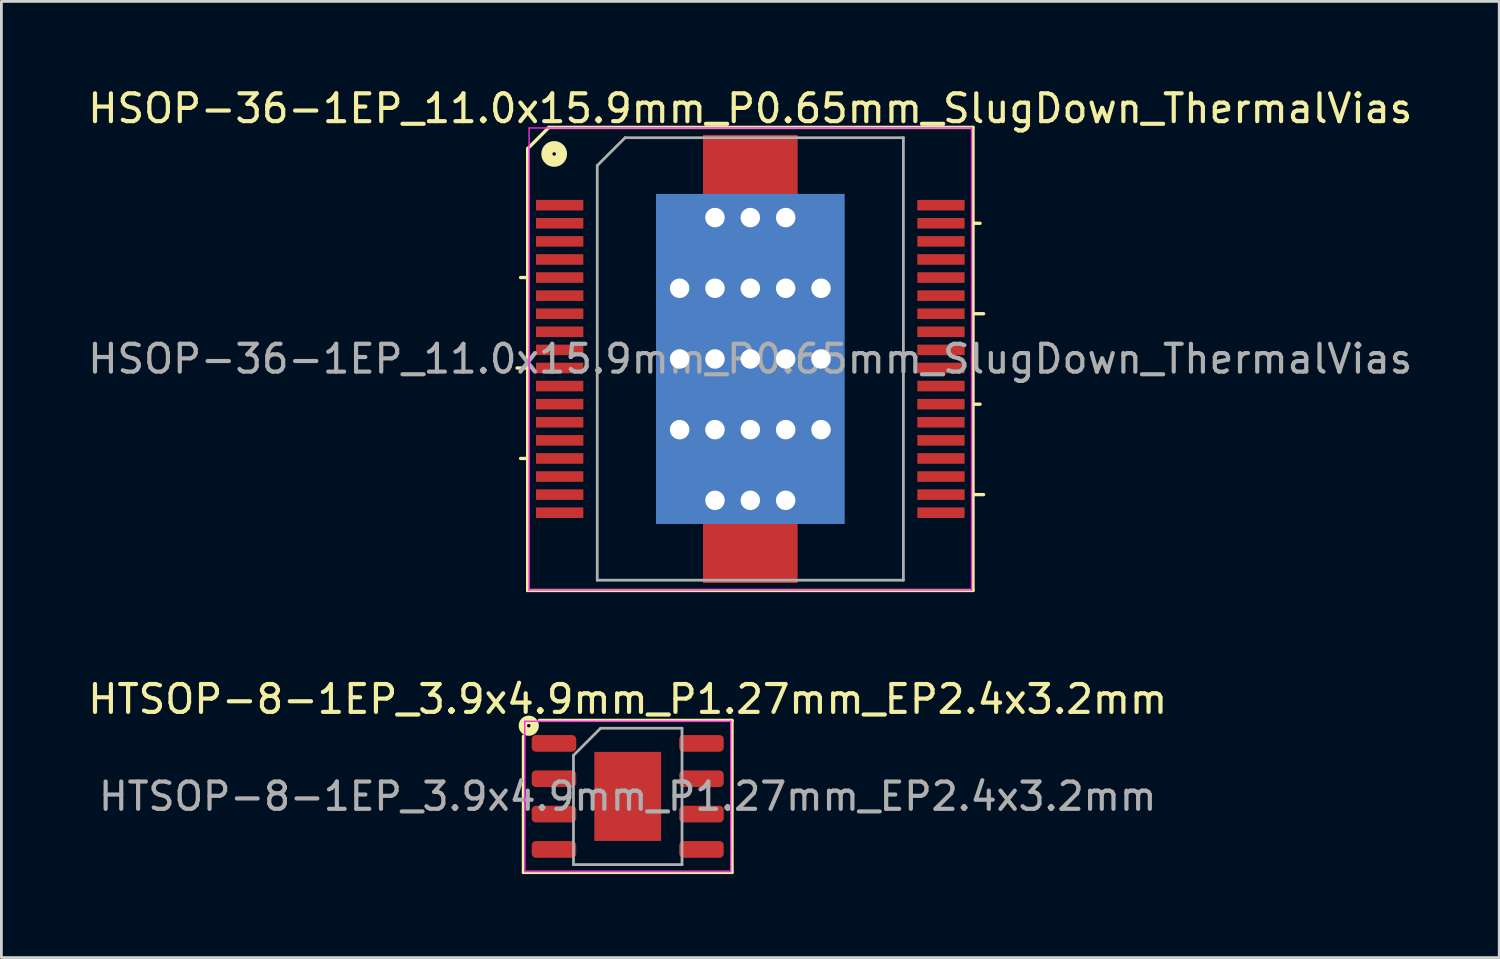
<source format=kicad_pcb>
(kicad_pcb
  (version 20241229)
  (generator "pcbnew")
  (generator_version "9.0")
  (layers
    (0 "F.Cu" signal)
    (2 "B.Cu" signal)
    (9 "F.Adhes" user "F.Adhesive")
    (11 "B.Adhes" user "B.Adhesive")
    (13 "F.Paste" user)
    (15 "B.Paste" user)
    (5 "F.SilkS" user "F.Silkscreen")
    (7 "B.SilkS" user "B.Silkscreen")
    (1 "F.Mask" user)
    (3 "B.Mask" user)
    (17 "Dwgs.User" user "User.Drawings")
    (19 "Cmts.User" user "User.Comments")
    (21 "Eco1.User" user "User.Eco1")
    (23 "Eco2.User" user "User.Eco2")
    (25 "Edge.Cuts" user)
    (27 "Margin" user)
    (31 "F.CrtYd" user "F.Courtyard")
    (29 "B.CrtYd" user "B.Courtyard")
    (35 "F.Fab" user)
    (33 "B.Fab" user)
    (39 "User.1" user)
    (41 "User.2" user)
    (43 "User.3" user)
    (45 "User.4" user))
  (footprint "HSOP-36-1EP_11.0x15.9mm_P0.65mm_SlugDown_ThermalVias"
    (layer "F.Cu")
    (at 23.911 9.848)
    (property "Reference" "HSOP-36-1EP_11.0x15.9mm_P0.65mm_SlugDown_ThermalVias" (at 0 -9 0) (layer "F.SilkS") (effects (font (size 1 1) (thickness 0.15))))
    (attr smd)
    (fp_line (start -8.001 -7.556) (end -8.001 8.319) (stroke (width 0.12) (type solid)) (layer "F.SilkS"))
    (fp_line (start -8.001 -7.556) (end -7.239 -8.319) (stroke (width 0.12) (type solid)) (layer "F.SilkS"))
    (fp_line (start -8.001 -2.925) (end -8.255 -2.925) (stroke (width 0.12) (type solid)) (layer "F.SilkS"))
    (fp_line (start -8.001 0.325) (end -8.382 0.325) (stroke (width 0.12) (type solid)) (layer "F.SilkS"))
    (fp_line (start -8.001 3.575) (end -8.255 3.575) (stroke (width 0.12) (type solid)) (layer "F.SilkS"))
    (fp_line (start -8.001 8.319) (end 8.001 8.319) (stroke (width 0.12) (type solid)) (layer "F.SilkS"))
    (fp_line (start 8.001 -8.319) (end -7.239 -8.319) (stroke (width 0.12) (type solid)) (layer "F.SilkS"))
    (fp_line (start 8.001 -4.875) (end 8.255 -4.875) (stroke (width 0.12) (type solid)) (layer "F.SilkS"))
    (fp_line (start 8.001 -1.625) (end 8.382 -1.625) (stroke (width 0.12) (type solid)) (layer "F.SilkS"))
    (fp_line (start 8.001 1.625) (end 8.255 1.625) (stroke (width 0.12) (type solid)) (layer "F.SilkS"))
    (fp_line (start 8.001 4.875) (end 8.382 4.875) (stroke (width 0.12) (type solid)) (layer "F.SilkS"))
    (fp_line (start 8.001 8.319) (end 8.001 -8.319) (stroke (width 0.12) (type solid)) (layer "F.SilkS"))
    (fp_circle (center -7.048 -7.366) (end -6.985 -7.366) (stroke (width 0.4) (type solid)) (fill no) (layer "F.SilkS"))
    (fp_line (start -7.95 -8.3) (end -7.95 8.3) (stroke (width 0.05) (type solid)) (layer "F.CrtYd"))
    (fp_line (start -7.95 -8.3) (end 7.95 -8.3) (stroke (width 0.05) (type solid)) (layer "F.CrtYd"))
    (fp_line (start 7.95 8.3) (end -7.95 8.3) (stroke (width 0.05) (type solid)) (layer "F.CrtYd"))
    (fp_line (start 7.95 8.3) (end 7.95 -8.3) (stroke (width 0.05) (type solid)) (layer "F.CrtYd"))
    (fp_line (start -5.5 -6.95) (end -5.5 7.95) (stroke (width 0.1) (type solid)) (layer "F.Fab"))
    (fp_line (start -5.5 7.95) (end 5.5 7.95) (stroke (width 0.1) (type solid)) (layer "F.Fab"))
    (fp_line (start -4.5 -7.95) (end -5.5 -6.95) (stroke (width 0.1) (type solid)) (layer "F.Fab"))
    (fp_line (start 5.5 -7.95) (end -4.5 -7.95) (stroke (width 0.1) (type solid)) (layer "F.Fab"))
    (fp_line (start 5.5 7.95) (end 5.5 -7.95) (stroke (width 0.1) (type solid)) (layer "F.Fab"))
    (fp_text user "${REFERENCE}" (at 0 0 0) (layer "F.Fab") (effects (font (size 1 1) (thickness 0.15))))
    (pad "1" smd rect (at -6.85 -5.525) (size 1.7 0.38) (layers "F.Cu" "F.Mask" "F.Paste"))
    (pad "2" smd rect (at -6.85 -4.875) (size 1.7 0.38) (layers "F.Cu" "F.Mask" "F.Paste"))
    (pad "3" smd rect (at -6.85 -4.225) (size 1.7 0.38) (layers "F.Cu" "F.Mask" "F.Paste"))
    (pad "4" smd rect (at -6.85 -3.575) (size 1.7 0.38) (layers "F.Cu" "F.Mask" "F.Paste"))
    (pad "5" smd rect (at -6.85 -2.925) (size 1.7 0.38) (layers "F.Cu" "F.Mask" "F.Paste"))
    (pad "6" smd rect (at -6.85 -2.275) (size 1.7 0.38) (layers "F.Cu" "F.Mask" "F.Paste"))
    (pad "7" smd rect (at -6.85 -1.625) (size 1.7 0.38) (layers "F.Cu" "F.Mask" "F.Paste"))
    (pad "8" smd rect (at -6.85 -0.975) (size 1.7 0.38) (layers "F.Cu" "F.Mask" "F.Paste"))
    (pad "9" smd rect (at -6.85 -0.325) (size 1.7 0.38) (layers "F.Cu" "F.Mask" "F.Paste"))
    (pad "10" smd rect (at -6.85 0.325) (size 1.7 0.38) (layers "F.Cu" "F.Mask" "F.Paste"))
    (pad "11" smd rect (at -6.85 0.975) (size 1.7 0.38) (layers "F.Cu" "F.Mask" "F.Paste"))
    (pad "12" smd rect (at -6.85 1.625) (size 1.7 0.38) (layers "F.Cu" "F.Mask" "F.Paste"))
    (pad "13" smd rect (at -6.85 2.275) (size 1.7 0.38) (layers "F.Cu" "F.Mask" "F.Paste"))
    (pad "14" smd rect (at -6.85 2.925) (size 1.7 0.38) (layers "F.Cu" "F.Mask" "F.Paste"))
    (pad "15" smd rect (at -6.85 3.575) (size 1.7 0.38) (layers "F.Cu" "F.Mask" "F.Paste"))
    (pad "16" smd rect (at -6.85 4.225) (size 1.7 0.38) (layers "F.Cu" "F.Mask" "F.Paste"))
    (pad "17" smd rect (at -6.85 4.875) (size 1.7 0.38) (layers "F.Cu" "F.Mask" "F.Paste"))
    (pad "18" smd rect (at -6.85 5.525) (size 1.7 0.38) (layers "F.Cu" "F.Mask" "F.Paste"))
    (pad "19" smd rect (at 6.85 5.525) (size 1.7 0.38) (layers "F.Cu" "F.Mask" "F.Paste"))
    (pad "20" smd rect (at 6.85 4.875) (size 1.7 0.38) (layers "F.Cu" "F.Mask" "F.Paste"))
    (pad "21" smd rect (at 6.85 4.225) (size 1.7 0.38) (layers "F.Cu" "F.Mask" "F.Paste"))
    (pad "22" smd rect (at 6.85 3.575) (size 1.7 0.38) (layers "F.Cu" "F.Mask" "F.Paste"))
    (pad "23" smd rect (at 6.85 2.925) (size 1.7 0.38) (layers "F.Cu" "F.Mask" "F.Paste"))
    (pad "24" smd rect (at 6.85 2.275) (size 1.7 0.38) (layers "F.Cu" "F.Mask" "F.Paste"))
    (pad "25" smd rect (at 6.85 1.625) (size 1.7 0.38) (layers "F.Cu" "F.Mask" "F.Paste"))
    (pad "26" smd rect (at 6.85 0.975) (size 1.7 0.38) (layers "F.Cu" "F.Mask" "F.Paste"))
    (pad "27" smd rect (at 6.85 0.325) (size 1.7 0.38) (layers "F.Cu" "F.Mask" "F.Paste"))
    (pad "28" smd rect (at 6.85 -0.325) (size 1.7 0.38) (layers "F.Cu" "F.Mask" "F.Paste"))
    (pad "29" smd rect (at 6.85 -0.975) (size 1.7 0.38) (layers "F.Cu" "F.Mask" "F.Paste"))
    (pad "30" smd rect (at 6.85 -1.625) (size 1.7 0.38) (layers "F.Cu" "F.Mask" "F.Paste"))
    (pad "31" smd rect (at 6.85 -2.275) (size 1.7 0.38) (layers "F.Cu" "F.Mask" "F.Paste"))
    (pad "32" smd rect (at 6.85 -2.925) (size 1.7 0.38) (layers "F.Cu" "F.Mask" "F.Paste"))
    (pad "33" smd rect (at 6.85 -3.575) (size 1.7 0.38) (layers "F.Cu" "F.Mask" "F.Paste"))
    (pad "34" smd rect (at 6.85 -4.225) (size 1.7 0.38) (layers "F.Cu" "F.Mask" "F.Paste"))
    (pad "35" smd rect (at 6.85 -4.875) (size 1.7 0.38) (layers "F.Cu" "F.Mask" "F.Paste"))
    (pad "36" smd rect (at 6.85 -5.525) (size 1.7 0.38) (layers "F.Cu" "F.Mask" "F.Paste"))
    (pad "37" thru_hole circle (at -2.54 -2.54) (size 1 1) (drill 0.7) (layers "*.Cu"))
    (pad "37" thru_hole circle (at -2.54 0) (size 1 1) (drill 0.7) (layers "*.Cu"))
    (pad "37" thru_hole circle (at -2.54 2.54) (size 1 1) (drill 0.7) (layers "*.Cu"))
    (pad "37" thru_hole circle (at -1.27 -5.08) (size 1 1) (drill 0.7) (layers "*.Cu"))
    (pad "37" thru_hole circle (at -1.27 -2.54) (size 1 1) (drill 0.7) (layers "*.Cu"))
    (pad "37" thru_hole circle (at -1.27 0) (size 1 1) (drill 0.7) (layers "*.Cu"))
    (pad "37" thru_hole circle (at -1.27 2.54) (size 1 1) (drill 0.7) (layers "*.Cu"))
    (pad "37" thru_hole circle (at -1.27 5.08) (size 1 1) (drill 0.7) (layers "*.Cu"))
    (pad "37" smd rect (at 0 -6.843) (size 3.4 2.415) (layers "F.Cu" "F.Mask" "F.Paste"))
    (pad "37" thru_hole circle (at 0 -5.08) (size 1 1) (drill 0.7) (layers "*.Cu"))
    (pad "37" thru_hole circle (at 0 -2.54) (size 1 1) (drill 0.7) (layers "*.Cu"))
    (pad "37" thru_hole circle (at 0 0) (size 1 1) (drill 0.7) (layers "*.Cu"))
    (pad "37" smd rect (at 0 0) (size 6.4 11.27) (layers "F.Cu" "F.Mask" "F.Paste"))
    (pad "37" smd rect (at 0 0) (size 6.78 11.86) (layers "B.Cu" "B.Mask"))
    (pad "37" thru_hole circle (at 0 2.54) (size 1 1) (drill 0.7) (layers "*.Cu"))
    (pad "37" thru_hole circle (at 0 5.08) (size 1 1) (drill 0.7) (layers "*.Cu"))
    (pad "37" smd rect (at 0 6.843) (size 3.4 2.415) (layers "F.Cu" "F.Mask" "F.Paste"))
    (pad "37" thru_hole circle (at 1.27 -5.08) (size 1 1) (drill 0.7) (layers "*.Cu"))
    (pad "37" thru_hole circle (at 1.27 -2.54) (size 1 1) (drill 0.7) (layers "*.Cu"))
    (pad "37" thru_hole circle (at 1.27 0) (size 1 1) (drill 0.7) (layers "*.Cu"))
    (pad "37" thru_hole circle (at 1.27 2.54) (size 1 1) (drill 0.7) (layers "*.Cu"))
    (pad "37" thru_hole circle (at 1.27 5.08) (size 1 1) (drill 0.7) (layers "*.Cu"))
    (pad "37" thru_hole circle (at 2.54 -2.54) (size 1 1) (drill 0.7) (layers "*.Cu"))
    (pad "37" thru_hole circle (at 2.54 0) (size 1 1) (drill 0.7) (layers "*.Cu"))
    (pad "37" thru_hole circle (at 2.54 2.54) (size 1 1) (drill 0.7) (layers "*.Cu")))
  (footprint "HTSOP-8-1EP_3.9x4.9mm_P1.27mm_EP2.4x3.2mm"
    (layer "F.Cu")
    (at 19.506 25.567)
    (property "Reference" "HTSOP-8-1EP_3.9x4.9mm_P1.27mm_EP2.4x3.2mm" (at 0 -3.493 0) (layer "F.SilkS") (effects (font (size 1 1) (thickness 0.15))))
    (attr smd)
    (fp_line (start -3.747 2.731) (end -3.747 -2.159) (stroke (width 0.12) (type solid)) (layer "F.SilkS"))
    (fp_line (start -3.175 -2.731) (end 3.683 -2.731) (stroke (width 0.12) (type solid)) (layer "F.SilkS"))
    (fp_line (start 3.683 -2.731) (end 3.747 -2.731) (stroke (width 0.12) (type solid)) (layer "F.SilkS"))
    (fp_line (start 3.747 -2.731) (end 3.747 2.731) (stroke (width 0.12) (type solid)) (layer "F.SilkS"))
    (fp_line (start 3.747 2.731) (end -3.747 2.731) (stroke (width 0.12) (type solid)) (layer "F.SilkS"))
    (fp_circle (center -3.556 -2.54) (end -3.493 -2.54) (stroke (width 0.3) (type solid)) (fill no) (layer "F.SilkS"))
    (fp_line (start -3.7 -2.7) (end -3.7 2.7) (stroke (width 0.05) (type solid)) (layer "F.CrtYd"))
    (fp_line (start -3.7 2.7) (end 3.7 2.7) (stroke (width 0.05) (type solid)) (layer "F.CrtYd"))
    (fp_line (start 3.7 -2.7) (end -3.7 -2.7) (stroke (width 0.05) (type solid)) (layer "F.CrtYd"))
    (fp_line (start 3.7 2.7) (end 3.7 -2.7) (stroke (width 0.05) (type solid)) (layer "F.CrtYd"))
    (fp_line (start -1.95 -1.475) (end -0.975 -2.45) (stroke (width 0.1) (type solid)) (layer "F.Fab"))
    (fp_line (start -1.95 2.45) (end -1.95 -1.475) (stroke (width 0.1) (type solid)) (layer "F.Fab"))
    (fp_line (start -0.975 -2.45) (end 1.95 -2.45) (stroke (width 0.1) (type solid)) (layer "F.Fab"))
    (fp_line (start 1.95 -2.45) (end 1.95 2.45) (stroke (width 0.1) (type solid)) (layer "F.Fab"))
    (fp_line (start 1.95 2.45) (end -1.95 2.45) (stroke (width 0.1) (type solid)) (layer "F.Fab"))
    (fp_text user "${REFERENCE}" (at 0 0 0) (layer "F.Fab") (effects (font (size 0.98 0.98) (thickness 0.15))))
    (pad "" smd roundrect (at -0.6 -0.8) (size 0.97 1.29) (layers "F.Paste") (roundrect_rratio 0.25))
    (pad "" smd roundrect (at -0.6 0.8) (size 0.97 1.29) (layers "F.Paste") (roundrect_rratio 0.25))
    (pad "" smd roundrect (at 0.6 -0.8) (size 0.97 1.29) (layers "F.Paste") (roundrect_rratio 0.25))
    (pad "" smd roundrect (at 0.6 0.8) (size 0.97 1.29) (layers "F.Paste") (roundrect_rratio 0.25))
    (pad "1" smd roundrect (at -2.65 -1.905) (size 1.6 0.6) (layers "F.Cu" "F.Mask" "F.Paste") (roundrect_rratio 0.25))
    (pad "2" smd roundrect (at -2.65 -0.635) (size 1.6 0.6) (layers "F.Cu" "F.Mask" "F.Paste") (roundrect_rratio 0.25))
    (pad "3" smd roundrect (at -2.65 0.635) (size 1.6 0.6) (layers "F.Cu" "F.Mask" "F.Paste") (roundrect_rratio 0.25))
    (pad "4" smd roundrect (at -2.65 1.905) (size 1.6 0.6) (layers "F.Cu" "F.Mask" "F.Paste") (roundrect_rratio 0.25))
    (pad "5" smd roundrect (at 2.65 1.905) (size 1.6 0.6) (layers "F.Cu" "F.Mask" "F.Paste") (roundrect_rratio 0.25))
    (pad "6" smd roundrect (at 2.65 0.635) (size 1.6 0.6) (layers "F.Cu" "F.Mask" "F.Paste") (roundrect_rratio 0.25))
    (pad "7" smd roundrect (at 2.65 -0.635) (size 1.6 0.6) (layers "F.Cu" "F.Mask" "F.Paste") (roundrect_rratio 0.25))
    (pad "8" smd roundrect (at 2.65 -1.905) (size 1.6 0.6) (layers "F.Cu" "F.Mask" "F.Paste") (roundrect_rratio 0.25))
    (pad "9" smd rect (at 0 0) (size 2.4 3.2) (layers "F.Cu" "F.Mask")))
  (gr_rect
    (start -3 -3)
    (end 50.821 31.358)
    (stroke (width 0.1) (type default))
    (fill no)
    (layer "Edge.Cuts")))
</source>
